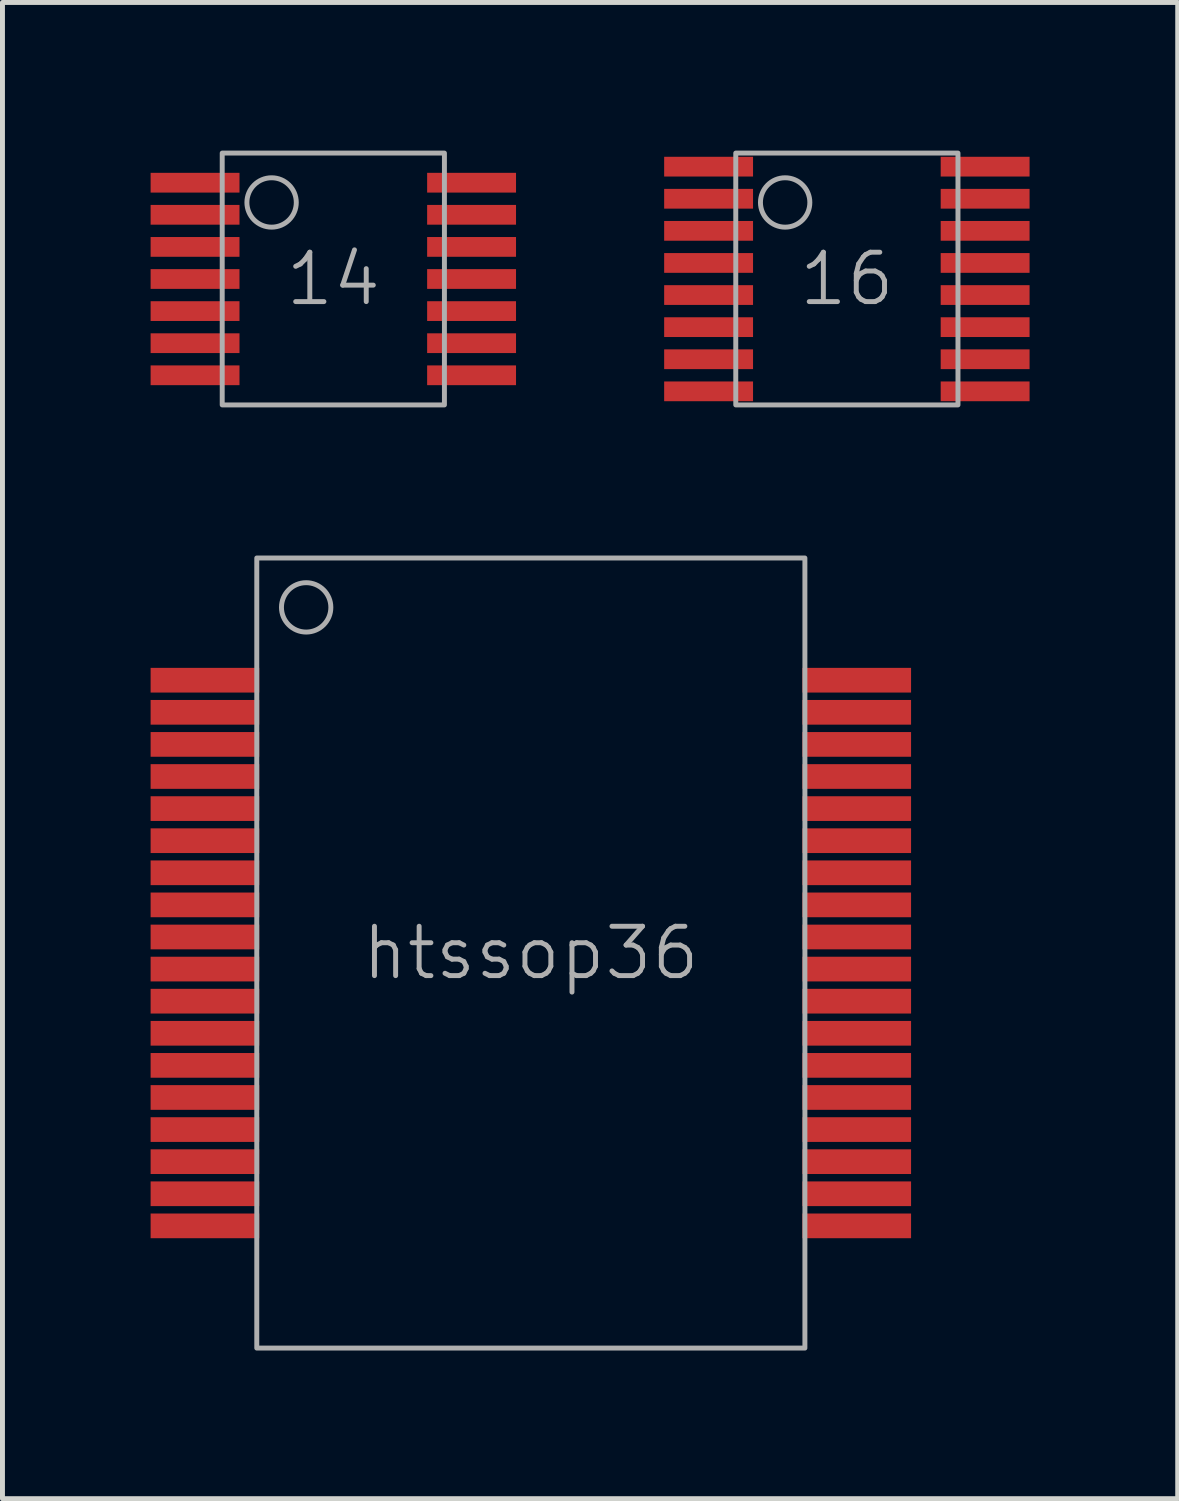
<source format=kicad_pcb>
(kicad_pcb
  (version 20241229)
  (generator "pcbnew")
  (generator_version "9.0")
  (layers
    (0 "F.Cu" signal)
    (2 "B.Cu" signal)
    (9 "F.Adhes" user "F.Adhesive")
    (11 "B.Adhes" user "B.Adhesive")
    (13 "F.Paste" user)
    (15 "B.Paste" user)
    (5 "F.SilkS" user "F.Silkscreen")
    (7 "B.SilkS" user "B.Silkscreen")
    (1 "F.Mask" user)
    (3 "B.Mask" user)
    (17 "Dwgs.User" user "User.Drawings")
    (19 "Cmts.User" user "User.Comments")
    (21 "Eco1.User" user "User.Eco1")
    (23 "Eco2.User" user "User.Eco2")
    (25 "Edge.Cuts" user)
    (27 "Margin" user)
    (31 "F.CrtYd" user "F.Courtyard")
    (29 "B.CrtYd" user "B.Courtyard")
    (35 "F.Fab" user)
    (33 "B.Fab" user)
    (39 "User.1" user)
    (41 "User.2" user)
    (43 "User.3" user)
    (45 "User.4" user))
  (footprint "14"
    (layer "F.Cu")
    (at 3.7 2.6)
    (property "Reference" "14" (at 0 0 0) (unlocked yes) (layer "F.Fab") (effects (font (size 1 1) (thickness 0.1))))
    (attr smd)
    (fp_rect (start -2.25 2.55) (end 2.25 -2.55) (stroke (width 0.1) (type default)) (fill no) (layer "F.Fab"))
    (fp_circle (center -1.25 -1.55) (end -0.75 -1.55) (stroke (width 0.1) (type default)) (fill no) (layer "F.Fab"))
    (pad "1" smd rect (at -2.8 -1.95) (size 1.8 0.4) (layers "F.Cu" "F.Mask" "F.Paste"))
    (pad "2" smd rect (at -2.8 -1.3) (size 1.8 0.4) (layers "F.Cu" "F.Mask" "F.Paste"))
    (pad "3" smd rect (at -2.8 -0.65) (size 1.8 0.4) (layers "F.Cu" "F.Mask" "F.Paste"))
    (pad "4" smd rect (at -2.8 0) (size 1.8 0.4) (layers "F.Cu" "F.Mask" "F.Paste"))
    (pad "5" smd rect (at -2.8 0.65) (size 1.8 0.4) (layers "F.Cu" "F.Mask" "F.Paste"))
    (pad "6" smd rect (at -2.8 1.3) (size 1.8 0.4) (layers "F.Cu" "F.Mask" "F.Paste"))
    (pad "7" smd rect (at -2.8 1.95) (size 1.8 0.4) (layers "F.Cu" "F.Mask" "F.Paste"))
    (pad "8" smd rect (at 2.8 1.95) (size 1.8 0.4) (layers "F.Cu" "F.Mask" "F.Paste"))
    (pad "9" smd rect (at 2.8 1.3) (size 1.8 0.4) (layers "F.Cu" "F.Mask" "F.Paste"))
    (pad "10" smd rect (at 2.8 0.65) (size 1.8 0.4) (layers "F.Cu" "F.Mask" "F.Paste"))
    (pad "11" smd rect (at 2.8 0) (size 1.8 0.4) (layers "F.Cu" "F.Mask" "F.Paste"))
    (pad "12" smd rect (at 2.8 -0.65) (size 1.8 0.4) (layers "F.Cu" "F.Mask" "F.Paste"))
    (pad "13" smd rect (at 2.8 -1.3) (size 1.8 0.4) (layers "F.Cu" "F.Mask" "F.Paste"))
    (pad "14" smd rect (at 2.8 -1.95) (size 1.8 0.4) (layers "F.Cu" "F.Mask" "F.Paste")))
  (footprint "16"
    (layer "F.Cu")
    (at 14.1 2.6)
    (property "Reference" "16" (at 0 0 0) (unlocked yes) (layer "F.Fab") (effects (font (size 1 1) (thickness 0.1))))
    (attr smd)
    (fp_rect (start -2.25 2.55) (end 2.25 -2.55) (stroke (width 0.1) (type default)) (fill no) (layer "F.Fab"))
    (fp_circle (center -1.25 -1.55) (end -0.75 -1.55) (stroke (width 0.1) (type default)) (fill no) (layer "F.Fab"))
    (pad "1" smd rect (at -2.8 -2.275) (size 1.8 0.4) (layers "F.Cu" "F.Mask" "F.Paste"))
    (pad "2" smd rect (at -2.8 -1.625) (size 1.8 0.4) (layers "F.Cu" "F.Mask" "F.Paste"))
    (pad "3" smd rect (at -2.8 -0.975) (size 1.8 0.4) (layers "F.Cu" "F.Mask" "F.Paste"))
    (pad "4" smd rect (at -2.8 -0.325) (size 1.8 0.4) (layers "F.Cu" "F.Mask" "F.Paste"))
    (pad "5" smd rect (at -2.8 0.325) (size 1.8 0.4) (layers "F.Cu" "F.Mask" "F.Paste"))
    (pad "6" smd rect (at -2.8 0.975) (size 1.8 0.4) (layers "F.Cu" "F.Mask" "F.Paste"))
    (pad "7" smd rect (at -2.8 1.625) (size 1.8 0.4) (layers "F.Cu" "F.Mask" "F.Paste"))
    (pad "8" smd rect (at -2.8 2.275) (size 1.8 0.4) (layers "F.Cu" "F.Mask" "F.Paste"))
    (pad "9" smd rect (at 2.8 2.275) (size 1.8 0.4) (layers "F.Cu" "F.Mask" "F.Paste"))
    (pad "10" smd rect (at 2.8 1.625) (size 1.8 0.4) (layers "F.Cu" "F.Mask" "F.Paste"))
    (pad "11" smd rect (at 2.8 0.975) (size 1.8 0.4) (layers "F.Cu" "F.Mask" "F.Paste"))
    (pad "12" smd rect (at 2.8 0.325) (size 1.8 0.4) (layers "F.Cu" "F.Mask" "F.Paste"))
    (pad "13" smd rect (at 2.8 -0.325) (size 1.8 0.4) (layers "F.Cu" "F.Mask" "F.Paste"))
    (pad "14" smd rect (at 2.8 -0.975) (size 1.8 0.4) (layers "F.Cu" "F.Mask" "F.Paste"))
    (pad "15" smd rect (at 2.8 -1.625) (size 1.8 0.4) (layers "F.Cu" "F.Mask" "F.Paste"))
    (pad "16" smd rect (at 2.8 -2.275) (size 1.8 0.4) (layers "F.Cu" "F.Mask" "F.Paste")))
  (footprint "htssop36"
    (layer "F.Cu")
    (at 7.7 16.25)
    (property "Reference" "htssop36" (at 0 0 0) (layer "F.Fab") (effects (font (size 1 1) (thickness 0.1))))
    (attr smd)
    (fp_rect (start -5.55 8) (end 5.55 -8) (stroke (width 0.1) (type default)) (fill no) (layer "F.Fab"))
    (fp_circle (center -4.55 -7) (end -4.05 -7) (stroke (width 0.1) (type default)) (fill no) (layer "F.Fab"))
    (pad "1" smd rect (at -6.6 -5.525) (size 2.2 0.5) (layers "F.Cu" "F.Mask" "F.Paste"))
    (pad "2" smd rect (at -6.6 -4.875) (size 2.2 0.5) (layers "F.Cu" "F.Mask" "F.Paste"))
    (pad "3" smd rect (at -6.6 -4.225) (size 2.2 0.5) (layers "F.Cu" "F.Mask" "F.Paste"))
    (pad "4" smd rect (at -6.6 -3.575) (size 2.2 0.5) (layers "F.Cu" "F.Mask" "F.Paste"))
    (pad "5" smd rect (at -6.6 -2.925) (size 2.2 0.5) (layers "F.Cu" "F.Mask" "F.Paste"))
    (pad "6" smd rect (at -6.6 -2.275) (size 2.2 0.5) (layers "F.Cu" "F.Mask" "F.Paste"))
    (pad "7" smd rect (at -6.6 -1.625) (size 2.2 0.5) (layers "F.Cu" "F.Mask" "F.Paste"))
    (pad "8" smd rect (at -6.6 -0.975) (size 2.2 0.5) (layers "F.Cu" "F.Mask" "F.Paste"))
    (pad "9" smd rect (at -6.6 -0.325) (size 2.2 0.5) (layers "F.Cu" "F.Mask" "F.Paste"))
    (pad "10" smd rect (at -6.6 0.325) (size 2.2 0.5) (layers "F.Cu" "F.Mask" "F.Paste"))
    (pad "11" smd rect (at -6.6 0.975) (size 2.2 0.5) (layers "F.Cu" "F.Mask" "F.Paste"))
    (pad "12" smd rect (at -6.6 1.625) (size 2.2 0.5) (layers "F.Cu" "F.Mask" "F.Paste"))
    (pad "13" smd rect (at -6.6 2.275) (size 2.2 0.5) (layers "F.Cu" "F.Mask" "F.Paste"))
    (pad "14" smd rect (at -6.6 2.925) (size 2.2 0.5) (layers "F.Cu" "F.Mask" "F.Paste"))
    (pad "15" smd rect (at -6.6 3.575) (size 2.2 0.5) (layers "F.Cu" "F.Mask" "F.Paste"))
    (pad "16" smd rect (at -6.6 4.225) (size 2.2 0.5) (layers "F.Cu" "F.Mask" "F.Paste"))
    (pad "17" smd rect (at -6.6 4.875) (size 2.2 0.5) (layers "F.Cu" "F.Mask" "F.Paste"))
    (pad "18" smd rect (at -6.6 5.525) (size 2.2 0.5) (layers "F.Cu" "F.Mask" "F.Paste"))
    (pad "19" smd rect (at 6.6 5.525) (size 2.2 0.5) (layers "F.Cu" "F.Mask" "F.Paste"))
    (pad "20" smd rect (at 6.6 4.875) (size 2.2 0.5) (layers "F.Cu" "F.Mask" "F.Paste"))
    (pad "21" smd rect (at 6.6 4.225) (size 2.2 0.5) (layers "F.Cu" "F.Mask" "F.Paste"))
    (pad "22" smd rect (at 6.6 3.575) (size 2.2 0.5) (layers "F.Cu" "F.Mask" "F.Paste"))
    (pad "23" smd rect (at 6.6 2.925) (size 2.2 0.5) (layers "F.Cu" "F.Mask" "F.Paste"))
    (pad "24" smd rect (at 6.6 2.275) (size 2.2 0.5) (layers "F.Cu" "F.Mask" "F.Paste"))
    (pad "25" smd rect (at 6.6 1.625) (size 2.2 0.5) (layers "F.Cu" "F.Mask" "F.Paste"))
    (pad "26" smd rect (at 6.6 0.975) (size 2.2 0.5) (layers "F.Cu" "F.Mask" "F.Paste"))
    (pad "27" smd rect (at 6.6 0.325) (size 2.2 0.5) (layers "F.Cu" "F.Mask" "F.Paste"))
    (pad "28" smd rect (at 6.6 -0.325) (size 2.2 0.5) (layers "F.Cu" "F.Mask" "F.Paste"))
    (pad "29" smd rect (at 6.6 -0.975) (size 2.2 0.5) (layers "F.Cu" "F.Mask" "F.Paste"))
    (pad "30" smd rect (at 6.6 -1.625) (size 2.2 0.5) (layers "F.Cu" "F.Mask" "F.Paste"))
    (pad "31" smd rect (at 6.6 -2.275) (size 2.2 0.5) (layers "F.Cu" "F.Mask" "F.Paste"))
    (pad "32" smd rect (at 6.6 -2.925) (size 2.2 0.5) (layers "F.Cu" "F.Mask" "F.Paste"))
    (pad "33" smd rect (at 6.6 -3.575) (size 2.2 0.5) (layers "F.Cu" "F.Mask" "F.Paste"))
    (pad "34" smd rect (at 6.6 -4.225) (size 2.2 0.5) (layers "F.Cu" "F.Mask" "F.Paste"))
    (pad "35" smd rect (at 6.6 -4.875) (size 2.2 0.5) (layers "F.Cu" "F.Mask" "F.Paste"))
    (pad "36" smd rect (at 6.6 -5.525) (size 2.2 0.5) (layers "F.Cu" "F.Mask" "F.Paste")))
  (gr_rect
    (start -3 -3)
    (end 20.8 27.3)
    (stroke (width 0.1) (type default))
    (fill no)
    (layer "Edge.Cuts")))
</source>
